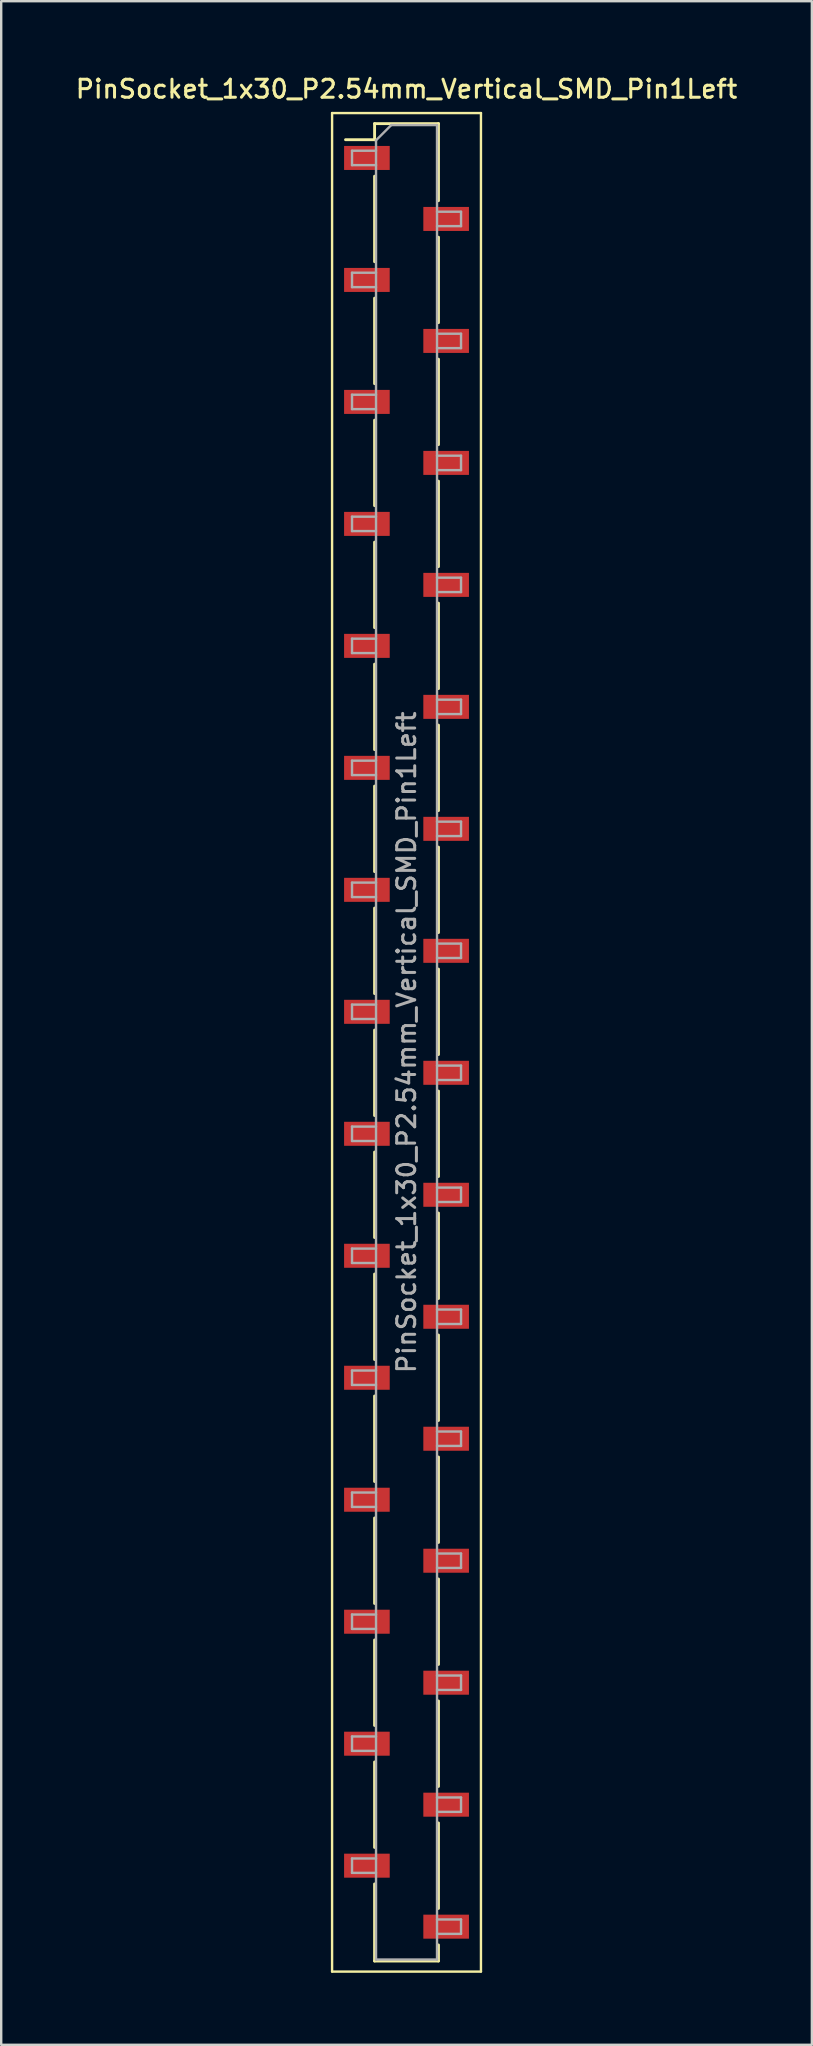
<source format=kicad_pcb>
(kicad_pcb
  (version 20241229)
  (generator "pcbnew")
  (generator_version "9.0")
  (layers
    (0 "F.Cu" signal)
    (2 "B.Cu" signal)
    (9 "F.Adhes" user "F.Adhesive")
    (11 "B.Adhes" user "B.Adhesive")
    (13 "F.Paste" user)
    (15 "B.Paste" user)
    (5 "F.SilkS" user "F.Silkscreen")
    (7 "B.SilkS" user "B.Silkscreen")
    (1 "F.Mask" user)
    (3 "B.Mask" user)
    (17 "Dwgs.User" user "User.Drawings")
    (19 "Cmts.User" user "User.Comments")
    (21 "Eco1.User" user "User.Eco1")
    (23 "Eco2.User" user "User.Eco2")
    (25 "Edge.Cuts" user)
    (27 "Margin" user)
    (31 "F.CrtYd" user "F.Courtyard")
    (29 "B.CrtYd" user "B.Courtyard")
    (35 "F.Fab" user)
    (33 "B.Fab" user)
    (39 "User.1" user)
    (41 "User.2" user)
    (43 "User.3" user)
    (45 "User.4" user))
  (footprint "PinSocket_1x30_P2.54mm_Vertical_SMD_Pin1Left"
    (layer "F.Cu")
    (at 13.88 40.358)
    (property "Reference" "PinSocket_1x30_P2.54mm_Vertical_SMD_Pin1Left" (at 0 -39.7 0) (layer "F.SilkS") (effects (font (size 0.75 0.75) (thickness 0.125))))
    (attr smd)
    (fp_line (start -3.1 -38.7) (end 3.1 -38.7) (stroke (width 0.1) (type solid)) (layer "F.SilkS"))
    (fp_line (start -3.1 38.7) (end -3.1 -38.7) (stroke (width 0.1) (type solid)) (layer "F.SilkS"))
    (fp_line (start -2.54 -37.59) (end -1.33 -37.59) (stroke (width 0.12) (type solid)) (layer "F.SilkS"))
    (fp_line (start -1.33 -38.26) (end -1.33 -37.59) (stroke (width 0.12) (type solid)) (layer "F.SilkS"))
    (fp_line (start -1.33 -38.26) (end 1.33 -38.26) (stroke (width 0.12) (type solid)) (layer "F.SilkS"))
    (fp_line (start -1.33 -36.07) (end -1.33 -32.51) (stroke (width 0.12) (type solid)) (layer "F.SilkS"))
    (fp_line (start -1.33 -30.99) (end -1.33 -27.43) (stroke (width 0.12) (type solid)) (layer "F.SilkS"))
    (fp_line (start -1.33 -25.91) (end -1.33 -22.35) (stroke (width 0.12) (type solid)) (layer "F.SilkS"))
    (fp_line (start -1.33 -20.83) (end -1.33 -17.27) (stroke (width 0.12) (type solid)) (layer "F.SilkS"))
    (fp_line (start -1.33 -15.75) (end -1.33 -12.19) (stroke (width 0.12) (type solid)) (layer "F.SilkS"))
    (fp_line (start -1.33 -10.67) (end -1.33 -7.11) (stroke (width 0.12) (type solid)) (layer "F.SilkS"))
    (fp_line (start -1.33 -5.59) (end -1.33 -2.03) (stroke (width 0.12) (type solid)) (layer "F.SilkS"))
    (fp_line (start -1.33 -0.51) (end -1.33 3.05) (stroke (width 0.12) (type solid)) (layer "F.SilkS"))
    (fp_line (start -1.33 4.57) (end -1.33 8.13) (stroke (width 0.12) (type solid)) (layer "F.SilkS"))
    (fp_line (start -1.33 9.65) (end -1.33 13.21) (stroke (width 0.12) (type solid)) (layer "F.SilkS"))
    (fp_line (start -1.33 14.73) (end -1.33 18.29) (stroke (width 0.12) (type solid)) (layer "F.SilkS"))
    (fp_line (start -1.33 19.81) (end -1.33 23.37) (stroke (width 0.12) (type solid)) (layer "F.SilkS"))
    (fp_line (start -1.33 24.89) (end -1.33 28.45) (stroke (width 0.12) (type solid)) (layer "F.SilkS"))
    (fp_line (start -1.33 29.97) (end -1.33 33.53) (stroke (width 0.12) (type solid)) (layer "F.SilkS"))
    (fp_line (start -1.33 35.05) (end -1.33 38.26) (stroke (width 0.12) (type solid)) (layer "F.SilkS"))
    (fp_line (start -1.33 38.26) (end 1.33 38.26) (stroke (width 0.12) (type solid)) (layer "F.SilkS"))
    (fp_line (start 1.33 -38.26) (end 1.33 -35.05) (stroke (width 0.12) (type solid)) (layer "F.SilkS"))
    (fp_line (start 1.33 -33.53) (end 1.33 -29.97) (stroke (width 0.12) (type solid)) (layer "F.SilkS"))
    (fp_line (start 1.33 -28.45) (end 1.33 -24.89) (stroke (width 0.12) (type solid)) (layer "F.SilkS"))
    (fp_line (start 1.33 -23.37) (end 1.33 -19.81) (stroke (width 0.12) (type solid)) (layer "F.SilkS"))
    (fp_line (start 1.33 -18.29) (end 1.33 -14.73) (stroke (width 0.12) (type solid)) (layer "F.SilkS"))
    (fp_line (start 1.33 -13.21) (end 1.33 -9.65) (stroke (width 0.12) (type solid)) (layer "F.SilkS"))
    (fp_line (start 1.33 -8.13) (end 1.33 -4.57) (stroke (width 0.12) (type solid)) (layer "F.SilkS"))
    (fp_line (start 1.33 -3.05) (end 1.33 0.51) (stroke (width 0.12) (type solid)) (layer "F.SilkS"))
    (fp_line (start 1.33 2.03) (end 1.33 5.59) (stroke (width 0.12) (type solid)) (layer "F.SilkS"))
    (fp_line (start 1.33 7.11) (end 1.33 10.67) (stroke (width 0.12) (type solid)) (layer "F.SilkS"))
    (fp_line (start 1.33 12.19) (end 1.33 15.75) (stroke (width 0.12) (type solid)) (layer "F.SilkS"))
    (fp_line (start 1.33 17.27) (end 1.33 20.83) (stroke (width 0.12) (type solid)) (layer "F.SilkS"))
    (fp_line (start 1.33 22.35) (end 1.33 25.91) (stroke (width 0.12) (type solid)) (layer "F.SilkS"))
    (fp_line (start 1.33 27.43) (end 1.33 30.99) (stroke (width 0.12) (type solid)) (layer "F.SilkS"))
    (fp_line (start 1.33 32.51) (end 1.33 36.07) (stroke (width 0.12) (type solid)) (layer "F.SilkS"))
    (fp_line (start 1.33 37.59) (end 1.33 38.26) (stroke (width 0.12) (type solid)) (layer "F.SilkS"))
    (fp_line (start 3.1 -38.7) (end 3.1 38.7) (stroke (width 0.1) (type solid)) (layer "F.SilkS"))
    (fp_line (start 3.1 38.7) (end -3.1 38.7) (stroke (width 0.1) (type solid)) (layer "F.SilkS"))
    (fp_line (start -2.27 -37.13) (end -1.27 -37.13) (stroke (width 0.1) (type solid)) (layer "F.Fab"))
    (fp_line (start -2.27 -36.53) (end -2.27 -37.13) (stroke (width 0.1) (type solid)) (layer "F.Fab"))
    (fp_line (start -2.27 -32.05) (end -1.27 -32.05) (stroke (width 0.1) (type solid)) (layer "F.Fab"))
    (fp_line (start -2.27 -31.45) (end -2.27 -32.05) (stroke (width 0.1) (type solid)) (layer "F.Fab"))
    (fp_line (start -2.27 -26.97) (end -1.27 -26.97) (stroke (width 0.1) (type solid)) (layer "F.Fab"))
    (fp_line (start -2.27 -26.37) (end -2.27 -26.97) (stroke (width 0.1) (type solid)) (layer "F.Fab"))
    (fp_line (start -2.27 -21.89) (end -1.27 -21.89) (stroke (width 0.1) (type solid)) (layer "F.Fab"))
    (fp_line (start -2.27 -21.29) (end -2.27 -21.89) (stroke (width 0.1) (type solid)) (layer "F.Fab"))
    (fp_line (start -2.27 -16.81) (end -1.27 -16.81) (stroke (width 0.1) (type solid)) (layer "F.Fab"))
    (fp_line (start -2.27 -16.21) (end -2.27 -16.81) (stroke (width 0.1) (type solid)) (layer "F.Fab"))
    (fp_line (start -2.27 -11.73) (end -1.27 -11.73) (stroke (width 0.1) (type solid)) (layer "F.Fab"))
    (fp_line (start -2.27 -11.13) (end -2.27 -11.73) (stroke (width 0.1) (type solid)) (layer "F.Fab"))
    (fp_line (start -2.27 -6.65) (end -1.27 -6.65) (stroke (width 0.1) (type solid)) (layer "F.Fab"))
    (fp_line (start -2.27 -6.05) (end -2.27 -6.65) (stroke (width 0.1) (type solid)) (layer "F.Fab"))
    (fp_line (start -2.27 -1.57) (end -1.27 -1.57) (stroke (width 0.1) (type solid)) (layer "F.Fab"))
    (fp_line (start -2.27 -0.97) (end -2.27 -1.57) (stroke (width 0.1) (type solid)) (layer "F.Fab"))
    (fp_line (start -2.27 3.51) (end -1.27 3.51) (stroke (width 0.1) (type solid)) (layer "F.Fab"))
    (fp_line (start -2.27 4.11) (end -2.27 3.51) (stroke (width 0.1) (type solid)) (layer "F.Fab"))
    (fp_line (start -2.27 8.59) (end -1.27 8.59) (stroke (width 0.1) (type solid)) (layer "F.Fab"))
    (fp_line (start -2.27 9.19) (end -2.27 8.59) (stroke (width 0.1) (type solid)) (layer "F.Fab"))
    (fp_line (start -2.27 13.67) (end -1.27 13.67) (stroke (width 0.1) (type solid)) (layer "F.Fab"))
    (fp_line (start -2.27 14.27) (end -2.27 13.67) (stroke (width 0.1) (type solid)) (layer "F.Fab"))
    (fp_line (start -2.27 18.75) (end -1.27 18.75) (stroke (width 0.1) (type solid)) (layer "F.Fab"))
    (fp_line (start -2.27 19.35) (end -2.27 18.75) (stroke (width 0.1) (type solid)) (layer "F.Fab"))
    (fp_line (start -2.27 23.83) (end -1.27 23.83) (stroke (width 0.1) (type solid)) (layer "F.Fab"))
    (fp_line (start -2.27 24.43) (end -2.27 23.83) (stroke (width 0.1) (type solid)) (layer "F.Fab"))
    (fp_line (start -2.27 28.91) (end -1.27 28.91) (stroke (width 0.1) (type solid)) (layer "F.Fab"))
    (fp_line (start -2.27 29.51) (end -2.27 28.91) (stroke (width 0.1) (type solid)) (layer "F.Fab"))
    (fp_line (start -2.27 33.99) (end -1.27 33.99) (stroke (width 0.1) (type solid)) (layer "F.Fab"))
    (fp_line (start -2.27 34.59) (end -2.27 33.99) (stroke (width 0.1) (type solid)) (layer "F.Fab"))
    (fp_line (start -1.27 -37.565) (end -0.635 -38.2) (stroke (width 0.1) (type solid)) (layer "F.Fab"))
    (fp_line (start -1.27 -36.53) (end -2.27 -36.53) (stroke (width 0.1) (type solid)) (layer "F.Fab"))
    (fp_line (start -1.27 -31.45) (end -2.27 -31.45) (stroke (width 0.1) (type solid)) (layer "F.Fab"))
    (fp_line (start -1.27 -26.37) (end -2.27 -26.37) (stroke (width 0.1) (type solid)) (layer "F.Fab"))
    (fp_line (start -1.27 -21.29) (end -2.27 -21.29) (stroke (width 0.1) (type solid)) (layer "F.Fab"))
    (fp_line (start -1.27 -16.21) (end -2.27 -16.21) (stroke (width 0.1) (type solid)) (layer "F.Fab"))
    (fp_line (start -1.27 -11.13) (end -2.27 -11.13) (stroke (width 0.1) (type solid)) (layer "F.Fab"))
    (fp_line (start -1.27 -6.05) (end -2.27 -6.05) (stroke (width 0.1) (type solid)) (layer "F.Fab"))
    (fp_line (start -1.27 -0.97) (end -2.27 -0.97) (stroke (width 0.1) (type solid)) (layer "F.Fab"))
    (fp_line (start -1.27 4.11) (end -2.27 4.11) (stroke (width 0.1) (type solid)) (layer "F.Fab"))
    (fp_line (start -1.27 9.19) (end -2.27 9.19) (stroke (width 0.1) (type solid)) (layer "F.Fab"))
    (fp_line (start -1.27 14.27) (end -2.27 14.27) (stroke (width 0.1) (type solid)) (layer "F.Fab"))
    (fp_line (start -1.27 19.35) (end -2.27 19.35) (stroke (width 0.1) (type solid)) (layer "F.Fab"))
    (fp_line (start -1.27 24.43) (end -2.27 24.43) (stroke (width 0.1) (type solid)) (layer "F.Fab"))
    (fp_line (start -1.27 29.51) (end -2.27 29.51) (stroke (width 0.1) (type solid)) (layer "F.Fab"))
    (fp_line (start -1.27 34.59) (end -2.27 34.59) (stroke (width 0.1) (type solid)) (layer "F.Fab"))
    (fp_line (start -1.27 38.2) (end -1.27 -37.565) (stroke (width 0.1) (type solid)) (layer "F.Fab"))
    (fp_line (start -0.635 -38.2) (end 1.27 -38.2) (stroke (width 0.1) (type solid)) (layer "F.Fab"))
    (fp_line (start 1.27 -38.2) (end 1.27 38.2) (stroke (width 0.1) (type solid)) (layer "F.Fab"))
    (fp_line (start 1.27 -34.59) (end 2.27 -34.59) (stroke (width 0.1) (type solid)) (layer "F.Fab"))
    (fp_line (start 1.27 -29.51) (end 2.27 -29.51) (stroke (width 0.1) (type solid)) (layer "F.Fab"))
    (fp_line (start 1.27 -24.43) (end 2.27 -24.43) (stroke (width 0.1) (type solid)) (layer "F.Fab"))
    (fp_line (start 1.27 -19.35) (end 2.27 -19.35) (stroke (width 0.1) (type solid)) (layer "F.Fab"))
    (fp_line (start 1.27 -14.27) (end 2.27 -14.27) (stroke (width 0.1) (type solid)) (layer "F.Fab"))
    (fp_line (start 1.27 -9.19) (end 2.27 -9.19) (stroke (width 0.1) (type solid)) (layer "F.Fab"))
    (fp_line (start 1.27 -4.11) (end 2.27 -4.11) (stroke (width 0.1) (type solid)) (layer "F.Fab"))
    (fp_line (start 1.27 0.97) (end 2.27 0.97) (stroke (width 0.1) (type solid)) (layer "F.Fab"))
    (fp_line (start 1.27 6.05) (end 2.27 6.05) (stroke (width 0.1) (type solid)) (layer "F.Fab"))
    (fp_line (start 1.27 11.13) (end 2.27 11.13) (stroke (width 0.1) (type solid)) (layer "F.Fab"))
    (fp_line (start 1.27 16.21) (end 2.27 16.21) (stroke (width 0.1) (type solid)) (layer "F.Fab"))
    (fp_line (start 1.27 21.29) (end 2.27 21.29) (stroke (width 0.1) (type solid)) (layer "F.Fab"))
    (fp_line (start 1.27 26.37) (end 2.27 26.37) (stroke (width 0.1) (type solid)) (layer "F.Fab"))
    (fp_line (start 1.27 31.45) (end 2.27 31.45) (stroke (width 0.1) (type solid)) (layer "F.Fab"))
    (fp_line (start 1.27 36.53) (end 2.27 36.53) (stroke (width 0.1) (type solid)) (layer "F.Fab"))
    (fp_line (start 1.27 38.2) (end -1.27 38.2) (stroke (width 0.1) (type solid)) (layer "F.Fab"))
    (fp_line (start 2.27 -34.59) (end 2.27 -33.99) (stroke (width 0.1) (type solid)) (layer "F.Fab"))
    (fp_line (start 2.27 -33.99) (end 1.27 -33.99) (stroke (width 0.1) (type solid)) (layer "F.Fab"))
    (fp_line (start 2.27 -29.51) (end 2.27 -28.91) (stroke (width 0.1) (type solid)) (layer "F.Fab"))
    (fp_line (start 2.27 -28.91) (end 1.27 -28.91) (stroke (width 0.1) (type solid)) (layer "F.Fab"))
    (fp_line (start 2.27 -24.43) (end 2.27 -23.83) (stroke (width 0.1) (type solid)) (layer "F.Fab"))
    (fp_line (start 2.27 -23.83) (end 1.27 -23.83) (stroke (width 0.1) (type solid)) (layer "F.Fab"))
    (fp_line (start 2.27 -19.35) (end 2.27 -18.75) (stroke (width 0.1) (type solid)) (layer "F.Fab"))
    (fp_line (start 2.27 -18.75) (end 1.27 -18.75) (stroke (width 0.1) (type solid)) (layer "F.Fab"))
    (fp_line (start 2.27 -14.27) (end 2.27 -13.67) (stroke (width 0.1) (type solid)) (layer "F.Fab"))
    (fp_line (start 2.27 -13.67) (end 1.27 -13.67) (stroke (width 0.1) (type solid)) (layer "F.Fab"))
    (fp_line (start 2.27 -9.19) (end 2.27 -8.59) (stroke (width 0.1) (type solid)) (layer "F.Fab"))
    (fp_line (start 2.27 -8.59) (end 1.27 -8.59) (stroke (width 0.1) (type solid)) (layer "F.Fab"))
    (fp_line (start 2.27 -4.11) (end 2.27 -3.51) (stroke (width 0.1) (type solid)) (layer "F.Fab"))
    (fp_line (start 2.27 -3.51) (end 1.27 -3.51) (stroke (width 0.1) (type solid)) (layer "F.Fab"))
    (fp_line (start 2.27 0.97) (end 2.27 1.57) (stroke (width 0.1) (type solid)) (layer "F.Fab"))
    (fp_line (start 2.27 1.57) (end 1.27 1.57) (stroke (width 0.1) (type solid)) (layer "F.Fab"))
    (fp_line (start 2.27 6.05) (end 2.27 6.65) (stroke (width 0.1) (type solid)) (layer "F.Fab"))
    (fp_line (start 2.27 6.65) (end 1.27 6.65) (stroke (width 0.1) (type solid)) (layer "F.Fab"))
    (fp_line (start 2.27 11.13) (end 2.27 11.73) (stroke (width 0.1) (type solid)) (layer "F.Fab"))
    (fp_line (start 2.27 11.73) (end 1.27 11.73) (stroke (width 0.1) (type solid)) (layer "F.Fab"))
    (fp_line (start 2.27 16.21) (end 2.27 16.81) (stroke (width 0.1) (type solid)) (layer "F.Fab"))
    (fp_line (start 2.27 16.81) (end 1.27 16.81) (stroke (width 0.1) (type solid)) (layer "F.Fab"))
    (fp_line (start 2.27 21.29) (end 2.27 21.89) (stroke (width 0.1) (type solid)) (layer "F.Fab"))
    (fp_line (start 2.27 21.89) (end 1.27 21.89) (stroke (width 0.1) (type solid)) (layer "F.Fab"))
    (fp_line (start 2.27 26.37) (end 2.27 26.97) (stroke (width 0.1) (type solid)) (layer "F.Fab"))
    (fp_line (start 2.27 26.97) (end 1.27 26.97) (stroke (width 0.1) (type solid)) (layer "F.Fab"))
    (fp_line (start 2.27 31.45) (end 2.27 32.05) (stroke (width 0.1) (type solid)) (layer "F.Fab"))
    (fp_line (start 2.27 32.05) (end 1.27 32.05) (stroke (width 0.1) (type solid)) (layer "F.Fab"))
    (fp_line (start 2.27 36.53) (end 2.27 37.13) (stroke (width 0.1) (type solid)) (layer "F.Fab"))
    (fp_line (start 2.27 37.13) (end 1.27 37.13) (stroke (width 0.1) (type solid)) (layer "F.Fab"))
    (fp_text user "${REFERENCE}" (at 0 0 90) (layer "F.Fab") (effects (font (size 0.75 0.75) (thickness 0.125))))
    (pad "1" smd rect (at -1.65 -36.83) (size 1.9 1) (layers "F.Cu" "F.Mask" "F.Paste"))
    (pad "2" smd rect (at 1.65 -34.29) (size 1.9 1) (layers "F.Cu" "F.Mask" "F.Paste"))
    (pad "3" smd rect (at -1.65 -31.75) (size 1.9 1) (layers "F.Cu" "F.Mask" "F.Paste"))
    (pad "4" smd rect (at 1.65 -29.21) (size 1.9 1) (layers "F.Cu" "F.Mask" "F.Paste"))
    (pad "5" smd rect (at -1.65 -26.67) (size 1.9 1) (layers "F.Cu" "F.Mask" "F.Paste"))
    (pad "6" smd rect (at 1.65 -24.13) (size 1.9 1) (layers "F.Cu" "F.Mask" "F.Paste"))
    (pad "7" smd rect (at -1.65 -21.59) (size 1.9 1) (layers "F.Cu" "F.Mask" "F.Paste"))
    (pad "8" smd rect (at 1.65 -19.05) (size 1.9 1) (layers "F.Cu" "F.Mask" "F.Paste"))
    (pad "9" smd rect (at -1.65 -16.51) (size 1.9 1) (layers "F.Cu" "F.Mask" "F.Paste"))
    (pad "10" smd rect (at 1.65 -13.97) (size 1.9 1) (layers "F.Cu" "F.Mask" "F.Paste"))
    (pad "11" smd rect (at -1.65 -11.43) (size 1.9 1) (layers "F.Cu" "F.Mask" "F.Paste"))
    (pad "12" smd rect (at 1.65 -8.89) (size 1.9 1) (layers "F.Cu" "F.Mask" "F.Paste"))
    (pad "13" smd rect (at -1.65 -6.35) (size 1.9 1) (layers "F.Cu" "F.Mask" "F.Paste"))
    (pad "14" smd rect (at 1.65 -3.81) (size 1.9 1) (layers "F.Cu" "F.Mask" "F.Paste"))
    (pad "15" smd rect (at -1.65 -1.27) (size 1.9 1) (layers "F.Cu" "F.Mask" "F.Paste"))
    (pad "16" smd rect (at 1.65 1.27) (size 1.9 1) (layers "F.Cu" "F.Mask" "F.Paste"))
    (pad "17" smd rect (at -1.65 3.81) (size 1.9 1) (layers "F.Cu" "F.Mask" "F.Paste"))
    (pad "18" smd rect (at 1.65 6.35) (size 1.9 1) (layers "F.Cu" "F.Mask" "F.Paste"))
    (pad "19" smd rect (at -1.65 8.89) (size 1.9 1) (layers "F.Cu" "F.Mask" "F.Paste"))
    (pad "20" smd rect (at 1.65 11.43) (size 1.9 1) (layers "F.Cu" "F.Mask" "F.Paste"))
    (pad "21" smd rect (at -1.65 13.97) (size 1.9 1) (layers "F.Cu" "F.Mask" "F.Paste"))
    (pad "22" smd rect (at 1.65 16.51) (size 1.9 1) (layers "F.Cu" "F.Mask" "F.Paste"))
    (pad "23" smd rect (at -1.65 19.05) (size 1.9 1) (layers "F.Cu" "F.Mask" "F.Paste"))
    (pad "24" smd rect (at 1.65 21.59) (size 1.9 1) (layers "F.Cu" "F.Mask" "F.Paste"))
    (pad "25" smd rect (at -1.65 24.13) (size 1.9 1) (layers "F.Cu" "F.Mask" "F.Paste"))
    (pad "26" smd rect (at 1.65 26.67) (size 1.9 1) (layers "F.Cu" "F.Mask" "F.Paste"))
    (pad "27" smd rect (at -1.65 29.21) (size 1.9 1) (layers "F.Cu" "F.Mask" "F.Paste"))
    (pad "28" smd rect (at 1.65 31.75) (size 1.9 1) (layers "F.Cu" "F.Mask" "F.Paste"))
    (pad "29" smd rect (at -1.65 34.29) (size 1.9 1) (layers "F.Cu" "F.Mask" "F.Paste"))
    (pad "30" smd rect (at 1.65 36.83) (size 1.9 1) (layers "F.Cu" "F.Mask" "F.Paste")))
  (gr_rect
    (start -3 -3)
    (end 30.761 82.108)
    (stroke (width 0.1) (type default))
    (fill no)
    (layer "Edge.Cuts")))
</source>
